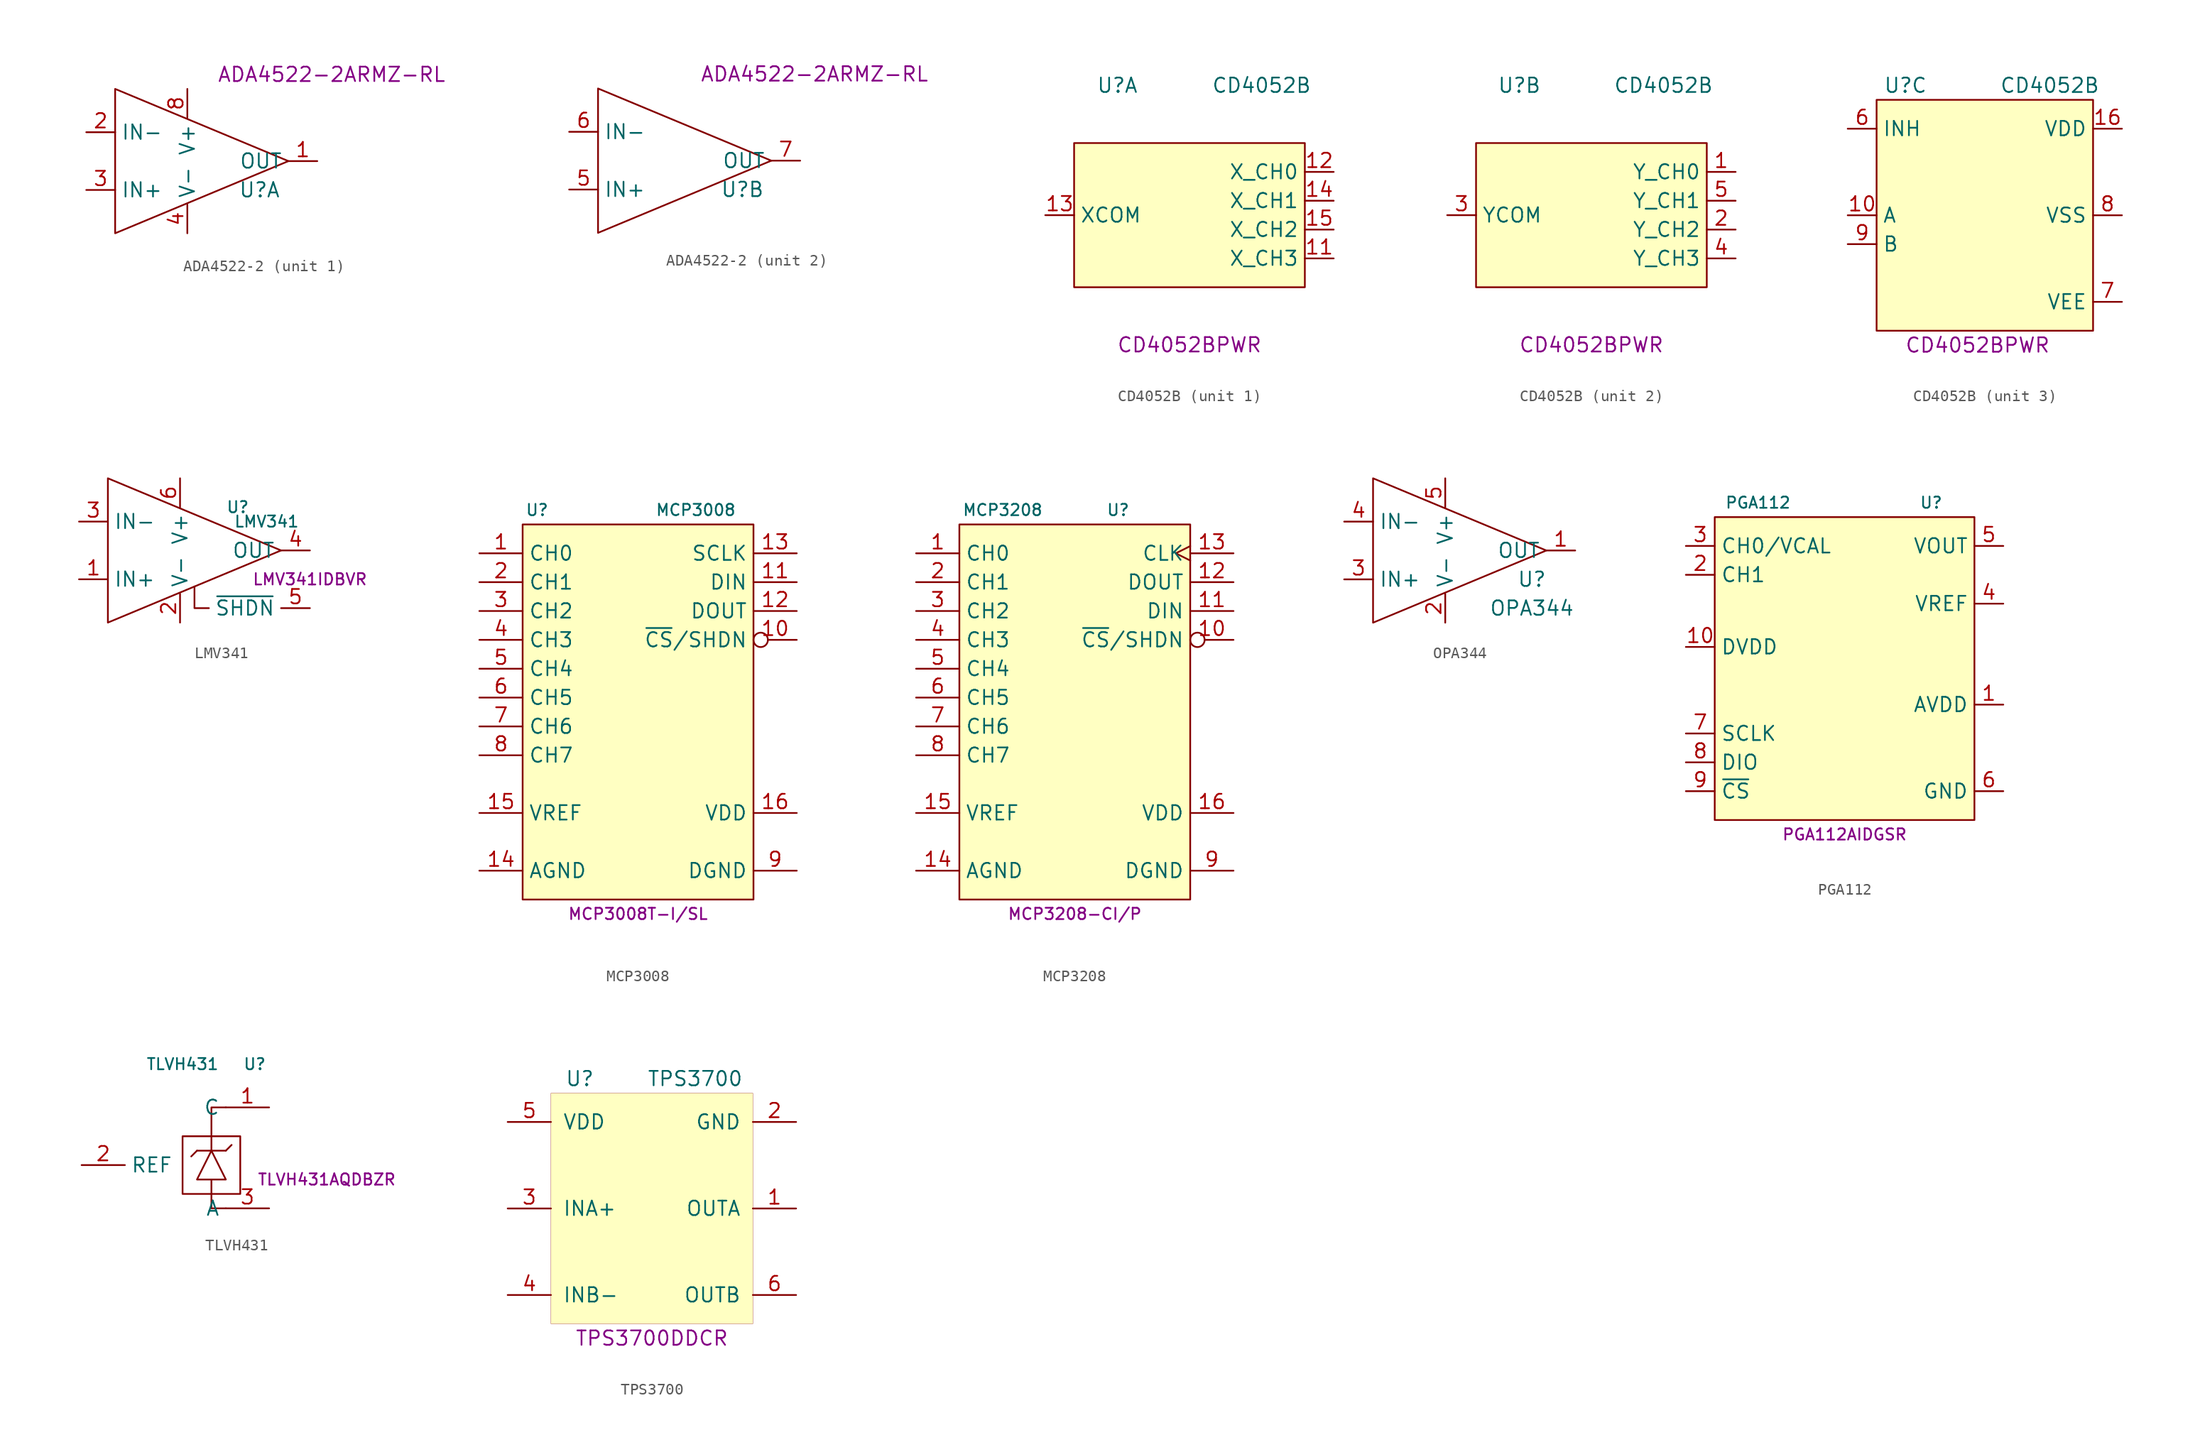
<source format=kicad_sym>
(kicad_symbol_lib
  (version 20231120)
  (generator "kicad_symbol_editor")
  (generator_version "8.0")
  (symbol "ADA4522-2"
    (property "Reference" "U"
      (at 6.35 -2.54 0)
      (effects (font (size 1.27 1.27))))
    (property "MPN" "ADA4522-2ARMZ-RL"
      (at 12.7 7.62 0)
      (effects (font (size 1.27 1.27))))
    (property "ki_locked" ""
      (at 0 0 0)
      (effects (font (size 1.27 1.27))))
    (symbol "ADA4522-2_1_1"
      (polyline (pts (xy -6.35 6.35) (xy -6.35 -6.35) (xy 8.89 0) (xy -6.35 6.35)) (stroke (width 0) (type default)) (fill (type none)))
      (pin output line (at 11.43 0 180) (length 2.54) (name "OUT" (effects (font (size 1.27 1.27)))) (number "1" (effects (font (size 1.27 1.27)))))
      (pin passive line (at -8.89 2.54 0) (length 2.54) (name "IN-" (effects (font (size 1.27 1.27)))) (number "2" (effects (font (size 1.27 1.27)))))
      (pin passive line (at -8.89 -2.54 0) (length 2.54) (name "IN+" (effects (font (size 1.27 1.27)))) (number "3" (effects (font (size 1.27 1.27)))))
      (pin power_in line (at 0 -6.35 90) (length 2.54) (name "V-" (effects (font (size 1.27 1.27)))) (number "4" (effects (font (size 1.27 1.27)))))
      (pin power_in line (at 0 6.35 270) (length 2.54) (name "V+" (effects (font (size 1.27 1.27)))) (number "8" (effects (font (size 1.27 1.27))))))
    (symbol "ADA4522-2_2_1"
      (polyline (pts (xy -6.35 6.35) (xy -6.35 -6.35) (xy 8.89 0) (xy -6.35 6.35)) (stroke (width 0) (type default)) (fill (type none)))
      (pin passive line (at -8.89 -2.54 0) (length 2.54) (name "IN+" (effects (font (size 1.27 1.27)))) (number "5" (effects (font (size 1.27 1.27)))))
      (pin passive line (at -8.89 2.54 0) (length 2.54) (name "IN-" (effects (font (size 1.27 1.27)))) (number "6" (effects (font (size 1.27 1.27)))))
      (pin output line (at 11.43 0 180) (length 2.54) (name "OUT" (effects (font (size 1.27 1.27)))) (number "7" (effects (font (size 1.27 1.27)))))))
  (symbol "CD4052B"
    (property "Reference" "U"
      (at -6.35 11.43 0)
      (effects (font (size 1.27 1.27))))
    (property "Value" "CD4052B"
      (at 6.35 11.43 0)
      (effects (font (size 1.27 1.27))))
    (property "MPN" "CD4052BPWR"
      (at 0 -11.43 0)
      (effects (font (size 1.27 1.27))))
    (property "ki_locked" ""
      (at 0 0 0)
      (effects (font (size 1.27 1.27))))
    (symbol "CD4052B_1_1"
      (rectangle (start 10.16 6.35) (end -10.16 -6.35) (stroke (width 0.152) (type default)) (fill (type background)))
      (pin bidirectional line (at 12.7 -3.81 180) (length 2.54) (name "X_CH3" (effects (font (size 1.27 1.27)))) (number "11" (effects (font (size 1.27 1.27)))))
      (pin bidirectional line (at 12.7 3.81 180) (length 2.54) (name "X_CH0" (effects (font (size 1.27 1.27)))) (number "12" (effects (font (size 1.27 1.27)))))
      (pin bidirectional line (at -12.7 0 0) (length 2.54) (name "XCOM" (effects (font (size 1.27 1.27)))) (number "13" (effects (font (size 1.27 1.27)))))
      (pin bidirectional line (at 12.7 1.27 180) (length 2.54) (name "X_CH1" (effects (font (size 1.27 1.27)))) (number "14" (effects (font (size 1.27 1.27)))))
      (pin bidirectional line (at 12.7 -1.27 180) (length 2.54) (name "X_CH2" (effects (font (size 1.27 1.27)))) (number "15" (effects (font (size 1.27 1.27))))))
    (symbol "CD4052B_2_1"
      (rectangle (start 10.16 6.35) (end -10.16 -6.35) (stroke (width 0.152) (type default)) (fill (type background)))
      (pin bidirectional line (at 12.7 3.81 180) (length 2.54) (name "Y_CH0" (effects (font (size 1.27 1.27)))) (number "1" (effects (font (size 1.27 1.27)))))
      (pin bidirectional line (at 12.7 -1.27 180) (length 2.54) (name "Y_CH2" (effects (font (size 1.27 1.27)))) (number "2" (effects (font (size 1.27 1.27)))))
      (pin bidirectional line (at -12.7 0 0) (length 2.54) (name "YCOM" (effects (font (size 1.27 1.27)))) (number "3" (effects (font (size 1.27 1.27)))))
      (pin bidirectional line (at 12.7 -3.81 180) (length 2.54) (name "Y_CH3" (effects (font (size 1.27 1.27)))) (number "4" (effects (font (size 1.27 1.27)))))
      (pin bidirectional line (at 12.7 1.27 180) (length 2.54) (name "Y_CH1" (effects (font (size 1.27 1.27)))) (number "5" (effects (font (size 1.27 1.27))))))
    (symbol "CD4052B_3_1"
      (rectangle (start -8.89 10.16) (end 10.16 -10.16) (stroke (width 0.152) (type default)) (fill (type background)))
      (pin input line (at -11.43 0 0) (length 2.54) (name "A" (effects (font (size 1.27 1.27)))) (number "10" (effects (font (size 1.27 1.27)))))
      (pin power_in line (at 12.7 7.62 180) (length 2.54) (name "VDD" (effects (font (size 1.27 1.27)))) (number "16" (effects (font (size 1.27 1.27)))))
      (pin input line (at -11.43 7.62 0) (length 2.54) (name "INH" (effects (font (size 1.27 1.27)))) (number "6" (effects (font (size 1.27 1.27)))))
      (pin power_in line (at 12.7 -7.62 180) (length 2.54) (name "VEE" (effects (font (size 1.27 1.27)))) (number "7" (effects (font (size 1.27 1.27)))))
      (pin power_in line (at 12.7 0 180) (length 2.54) (name "VSS" (effects (font (size 1.27 1.27)))) (number "8" (effects (font (size 1.27 1.27)))))
      (pin input line (at -11.43 -2.54 0) (length 2.54) (name "B" (effects (font (size 1.27 1.27)))) (number "9" (effects (font (size 1.27 1.27)))))))
  (symbol "LMV341"
    (property "Reference" "U"
      (at 5.08 3.81 0)
      (effects (font (size 0.991 0.991))))
    (property "Value" "LMV341"
      (at 7.62 2.54 0)
      (effects (font (size 0.991 0.991))))
    (property "MPN" "LMV341IDBVR"
      (at 11.43 -2.54 0)
      (effects (font (size 1 1))))
    (symbol "LMV341_0_1"
      (polyline (pts (xy 2.54 -5.08) (xy 1.27 -5.08) (xy 1.27 -3.175)) (stroke (width 0) (type default)) (fill (type none))))
    (symbol "LMV341_1_1"
      (polyline (pts (xy -6.35 6.35) (xy -6.35 -6.35) (xy 8.89 0) (xy -6.35 6.35)) (stroke (width 0) (type default)) (fill (type none)))
      (pin passive line (at -8.89 -2.54 0) (length 2.54) (name "IN+" (effects (font (size 1.27 1.27)))) (number "1" (effects (font (size 1.27 1.27)))))
      (pin power_in line (at 0 -6.35 90) (length 2.54) (name "V-" (effects (font (size 1.27 1.27)))) (number "2" (effects (font (size 1.27 1.27)))))
      (pin passive line (at -8.89 2.54 0) (length 2.54) (name "IN-" (effects (font (size 1.27 1.27)))) (number "3" (effects (font (size 1.27 1.27)))))
      (pin output line (at 11.43 0 180) (length 2.54) (name "OUT" (effects (font (size 1.27 1.27)))) (number "4" (effects (font (size 1.27 1.27)))))
      (pin input line (at 11.43 -5.08 180) (length 2.54) (name "~{SHDN}" (effects (font (size 1.27 1.27)))) (number "5" (effects (font (size 1.27 1.27)))))
      (pin power_in line (at 0 6.35 270) (length 2.54) (name "V+" (effects (font (size 1.27 1.27)))) (number "6" (effects (font (size 1.27 1.27)))))))
  (symbol "MCP3008"
    (property "Reference" "U"
      (at -8.89 16.51 0)
      (effects (font (size 1 1))))
    (property "Value" "MCP3008"
      (at 5.08 16.51 0)
      (effects (font (size 1 1))))
    (property "MPN" "MCP3008T-I/SL"
      (at 0 -19.05 0)
      (effects (font (size 1 1))))
    (symbol "MCP3008_0_1"
      (rectangle (start -10.16 15.24) (end 10.16 -17.78) (stroke (width 0) (type default)) (fill (type background))))
    (symbol "MCP3008_1_1"
      (pin input line (at -13.97 12.7 0) (length 3.81) (name "CH0" (effects (font (size 1.27 1.27)))) (number "1" (effects (font (size 1.27 1.27)))))
      (pin input inverted (at 13.97 5.08 180) (length 3.81) (name "~{CS}/SHDN" (effects (font (size 1.27 1.27)))) (number "10" (effects (font (size 1.27 1.27)))))
      (pin input line (at 13.97 10.16 180) (length 3.81) (name "DIN" (effects (font (size 1.27 1.27)))) (number "11" (effects (font (size 1.27 1.27)))))
      (pin output line (at 13.97 7.62 180) (length 3.81) (name "DOUT" (effects (font (size 1.27 1.27)))) (number "12" (effects (font (size 1.27 1.27)))))
      (pin input line (at 13.97 12.7 180) (length 3.81) (name "SCLK" (effects (font (size 1.27 1.27)))) (number "13" (effects (font (size 1.27 1.27)))))
      (pin power_in line (at -13.97 -15.24 0) (length 3.81) (name "AGND" (effects (font (size 1.27 1.27)))) (number "14" (effects (font (size 1.27 1.27)))))
      (pin power_in line (at -13.97 -10.16 0) (length 3.81) (name "VREF" (effects (font (size 1.27 1.27)))) (number "15" (effects (font (size 1.27 1.27)))))
      (pin power_in line (at 13.97 -10.16 180) (length 3.81) (name "VDD" (effects (font (size 1.27 1.27)))) (number "16" (effects (font (size 1.27 1.27)))))
      (pin input line (at -13.97 10.16 0) (length 3.81) (name "CH1" (effects (font (size 1.27 1.27)))) (number "2" (effects (font (size 1.27 1.27)))))
      (pin input line (at -13.97 7.62 0) (length 3.81) (name "CH2" (effects (font (size 1.27 1.27)))) (number "3" (effects (font (size 1.27 1.27)))))
      (pin input line (at -13.97 5.08 0) (length 3.81) (name "CH3" (effects (font (size 1.27 1.27)))) (number "4" (effects (font (size 1.27 1.27)))))
      (pin input line (at -13.97 2.54 0) (length 3.81) (name "CH4" (effects (font (size 1.27 1.27)))) (number "5" (effects (font (size 1.27 1.27)))))
      (pin input line (at -13.97 0 0) (length 3.81) (name "CH5" (effects (font (size 1.27 1.27)))) (number "6" (effects (font (size 1.27 1.27)))))
      (pin input line (at -13.97 -2.54 0) (length 3.81) (name "CH6" (effects (font (size 1.27 1.27)))) (number "7" (effects (font (size 1.27 1.27)))))
      (pin input line (at -13.97 -5.08 0) (length 3.81) (name "CH7" (effects (font (size 1.27 1.27)))) (number "8" (effects (font (size 1.27 1.27)))))
      (pin power_in line (at 13.97 -15.24 180) (length 3.81) (name "DGND" (effects (font (size 1.27 1.27)))) (number "9" (effects (font (size 1.27 1.27)))))))
  (symbol "MCP3208"
    (property "Reference" "U"
      (at 3.81 16.51 0)
      (effects (font (size 1 1))))
    (property "Value" "MCP3208"
      (at -6.35 16.51 0)
      (effects (font (size 1 1))))
    (property "MPN" "MCP3208-CI/P"
      (at 0 -19.05 0)
      (effects (font (size 1 1))))
    (symbol "MCP3208_1_1"
      (rectangle (start -10.16 15.24) (end 10.16 -17.78) (stroke (width 0) (type default)) (fill (type background)))
      (pin input line (at -13.97 12.7 0) (length 3.81) (name "CH0" (effects (font (size 1.27 1.27)))) (number "1" (effects (font (size 1.27 1.27)))))
      (pin input inverted (at 13.97 5.08 180) (length 3.81) (name "~{CS}/SHDN" (effects (font (size 1.27 1.27)))) (number "10" (effects (font (size 1.27 1.27)))))
      (pin input line (at 13.97 7.62 180) (length 3.81) (name "DIN" (effects (font (size 1.27 1.27)))) (number "11" (effects (font (size 1.27 1.27)))))
      (pin output line (at 13.97 10.16 180) (length 3.81) (name "DOUT" (effects (font (size 1.27 1.27)))) (number "12" (effects (font (size 1.27 1.27)))))
      (pin input clock (at 13.97 12.7 180) (length 3.81) (name "CLK" (effects (font (size 1.27 1.27)))) (number "13" (effects (font (size 1.27 1.27)))))
      (pin power_in line (at -13.97 -15.24 0) (length 3.81) (name "AGND" (effects (font (size 1.27 1.27)))) (number "14" (effects (font (size 1.27 1.27)))))
      (pin power_in line (at -13.97 -10.16 0) (length 3.81) (name "VREF" (effects (font (size 1.27 1.27)))) (number "15" (effects (font (size 1.27 1.27)))))
      (pin power_in line (at 13.97 -10.16 180) (length 3.81) (name "VDD" (effects (font (size 1.27 1.27)))) (number "16" (effects (font (size 1.27 1.27)))))
      (pin input line (at -13.97 10.16 0) (length 3.81) (name "CH1" (effects (font (size 1.27 1.27)))) (number "2" (effects (font (size 1.27 1.27)))))
      (pin input line (at -13.97 7.62 0) (length 3.81) (name "CH2" (effects (font (size 1.27 1.27)))) (number "3" (effects (font (size 1.27 1.27)))))
      (pin input line (at -13.97 5.08 0) (length 3.81) (name "CH3" (effects (font (size 1.27 1.27)))) (number "4" (effects (font (size 1.27 1.27)))))
      (pin input line (at -13.97 2.54 0) (length 3.81) (name "CH4" (effects (font (size 1.27 1.27)))) (number "5" (effects (font (size 1.27 1.27)))))
      (pin input line (at -13.97 0 0) (length 3.81) (name "CH5" (effects (font (size 1.27 1.27)))) (number "6" (effects (font (size 1.27 1.27)))))
      (pin input line (at -13.97 -2.54 0) (length 3.81) (name "CH6" (effects (font (size 1.27 1.27)))) (number "7" (effects (font (size 1.27 1.27)))))
      (pin input line (at -13.97 -5.08 0) (length 3.81) (name "CH7" (effects (font (size 1.27 1.27)))) (number "8" (effects (font (size 1.27 1.27)))))
      (pin power_in line (at 13.97 -15.24 180) (length 3.81) (name "DGND" (effects (font (size 1.27 1.27)))) (number "9" (effects (font (size 1.27 1.27)))))))
  (symbol "OPA344"
    (property "Reference" "U"
      (at 7.62 -2.54 0)
      (effects (font (size 1.27 1.27))))
    (property "Value" "OPA344"
      (at 7.62 -5.08 0)
      (effects (font (size 1.27 1.27))))
    (symbol "OPA344_1_1"
      (polyline (pts (xy -6.35 6.35) (xy -6.35 -6.35) (xy 8.89 0) (xy -6.35 6.35)) (stroke (width 0) (type default)) (fill (type none)))
      (pin output line (at 11.43 0 180) (length 2.54) (name "OUT" (effects (font (size 1.27 1.27)))) (number "1" (effects (font (size 1.27 1.27)))))
      (pin power_in line (at 0 -6.35 90) (length 2.54) (name "V-" (effects (font (size 1.27 1.27)))) (number "2" (effects (font (size 1.27 1.27)))))
      (pin passive line (at -8.89 -2.54 0) (length 2.54) (name "IN+" (effects (font (size 1.27 1.27)))) (number "3" (effects (font (size 1.27 1.27)))))
      (pin passive line (at -8.89 2.54 0) (length 2.54) (name "IN-" (effects (font (size 1.27 1.27)))) (number "4" (effects (font (size 1.27 1.27)))))
      (pin power_in line (at 0 6.35 270) (length 2.54) (name "V+" (effects (font (size 1.27 1.27)))) (number "5" (effects (font (size 1.27 1.27)))))))
  (symbol "PGA112"
    (property "Reference" "U"
      (at 7.62 12.7 0)
      (effects (font (size 0.991 0.991))))
    (property "Value" "PGA112"
      (at -7.62 12.7 0)
      (effects (font (size 0.991 0.991))))
    (property "MPN" "PGA112AIDGSR"
      (at 0 -16.51 0)
      (effects (font (size 0.991 0.991))))
    (symbol "PGA112_0_1"
      (rectangle (start -11.43 11.43) (end 11.43 -15.24) (stroke (width 0) (type default)) (fill (type background))))
    (symbol "PGA112_1_1"
      (pin power_in line (at 13.97 -5.08 180) (length 2.54) (name "AVDD" (effects (font (size 1.27 1.27)))) (number "1" (effects (font (size 1.27 1.27)))))
      (pin power_in line (at -13.97 0 0) (length 2.54) (name "DVDD" (effects (font (size 1.27 1.27)))) (number "10" (effects (font (size 1.27 1.27)))))
      (pin input line (at -13.97 6.35 0) (length 2.54) (name "CH1" (effects (font (size 1.27 1.27)))) (number "2" (effects (font (size 1.27 1.27)))))
      (pin input line (at -13.97 8.89 0) (length 2.54) (name "CH0/VCAL" (effects (font (size 1.27 1.27)))) (number "3" (effects (font (size 1.27 1.27)))))
      (pin input line (at 13.97 3.81 180) (length 2.54) (name "VREF" (effects (font (size 1.27 1.27)))) (number "4" (effects (font (size 1.27 1.27)))))
      (pin output line (at 13.97 8.89 180) (length 2.54) (name "VOUT" (effects (font (size 1.27 1.27)))) (number "5" (effects (font (size 1.27 1.27)))))
      (pin power_in line (at 13.97 -12.7 180) (length 2.54) (name "GND" (effects (font (size 1.27 1.27)))) (number "6" (effects (font (size 1.27 1.27)))))
      (pin input line (at -13.97 -7.62 0) (length 2.54) (name "SCLK" (effects (font (size 1.27 1.27)))) (number "7" (effects (font (size 1.27 1.27)))))
      (pin bidirectional line (at -13.97 -10.16 0) (length 2.54) (name "DIO" (effects (font (size 1.27 1.27)))) (number "8" (effects (font (size 1.27 1.27)))))
      (pin input line (at -13.97 -12.7 0) (length 2.54) (name "~{CS}" (effects (font (size 1.27 1.27)))) (number "9" (effects (font (size 1.27 1.27)))))))
  (symbol "TLVH431"
    (property "Reference" "U"
      (at 3.81 8.89 0)
      (effects (font (size 0.991 0.991))))
    (property "Value" "TLVH431"
      (at -2.54 8.89 0)
      (effects (font (size 0.991 0.991))))
    (property "MPN" "TLVH431AQDBZR"
      (at 10.16 -1.27 0)
      (effects (font (size 0.991 0.991))))
    (symbol "TLVH431_0_1"
      (rectangle (start -2.54 2.54) (end 2.54 -2.54) (stroke (width 0) (type default)) (fill (type none)))
      (polyline (pts (xy -1.27 1.27) (xy -1.778 0.762)) (stroke (width 0) (type default)) (fill (type none)))
      (polyline (pts (xy -1.27 1.27) (xy 1.27 1.27)) (stroke (width 0) (type default)) (fill (type none)))
      (polyline (pts (xy 1.27 1.27) (xy 1.778 1.778)) (stroke (width 0) (type default)) (fill (type none)))
      (polyline (pts (xy 1.27 -3.81) (xy 0 -3.81) (xy 0 -1.27)) (stroke (width 0) (type default)) (fill (type none)))
      (polyline (pts (xy 1.27 5.08) (xy 0 5.08) (xy 0 1.27)) (stroke (width 0) (type default)) (fill (type none)))
      (polyline (pts (xy -1.27 -1.27) (xy 1.27 -1.27) (xy 0 1.27) (xy -1.27 -1.27)) (stroke (width 0) (type default)) (fill (type none))))
    (symbol "TLVH431_1_1"
      (pin passive line (at 5.08 5.08 180) (length 3.81) (name "C" (effects (font (size 1.27 1.27)))) (number "1" (effects (font (size 1.27 1.27)))))
      (pin passive line (at -11.43 0 0) (length 3.81) (name "REF" (effects (font (size 1.27 1.27)))) (number "2" (effects (font (size 1.27 1.27)))))
      (pin passive line (at 5.08 -3.81 180) (length 3.81) (name "A" (effects (font (size 1.27 1.27)))) (number "3" (effects (font (size 1.27 1.27)))))))
  (symbol "TPS3700"
    (pin_names
      (offset 1.016))
    (property "Reference" "U"
      (at -6.35 11.43 0)
      (effects (font (size 1.27 1.27))))
    (property "Value" "TPS3700"
      (at 3.81 11.43 0)
      (effects (font (size 1.27 1.27))))
    (property "MPN" "TPS3700DDCR"
      (at 0 -11.43 0)
      (effects (font (size 1.27 1.27))))
    (symbol "TPS3700_0_1"
      (rectangle (start -8.89 -10.16) (end 8.89 10.16) (stroke (width 0.001) (type default)) (fill (type background))))
    (symbol "TPS3700_1_1"
      (pin open_collector line (at 12.7 0 180) (length 3.81) (name "OUTA" (effects (font (size 1.27 1.27)))) (number "1" (effects (font (size 1.27 1.27)))))
      (pin power_in line (at 12.7 7.62 180) (length 3.81) (name "GND" (effects (font (size 1.27 1.27)))) (number "2" (effects (font (size 1.27 1.27)))))
      (pin input line (at -12.7 0 0) (length 3.81) (name "INA+" (effects (font (size 1.27 1.27)))) (number "3" (effects (font (size 1.27 1.27)))))
      (pin input line (at -12.7 -7.62 0) (length 3.81) (name "INB-" (effects (font (size 1.27 1.27)))) (number "4" (effects (font (size 1.27 1.27)))))
      (pin power_in line (at -12.7 7.62 0) (length 3.81) (name "VDD" (effects (font (size 1.27 1.27)))) (number "5" (effects (font (size 1.27 1.27)))))
      (pin open_collector line (at 12.7 -7.62 180) (length 3.81) (name "OUTB" (effects (font (size 1.27 1.27)))) (number "6" (effects (font (size 1.27 1.27))))))))
</source>
